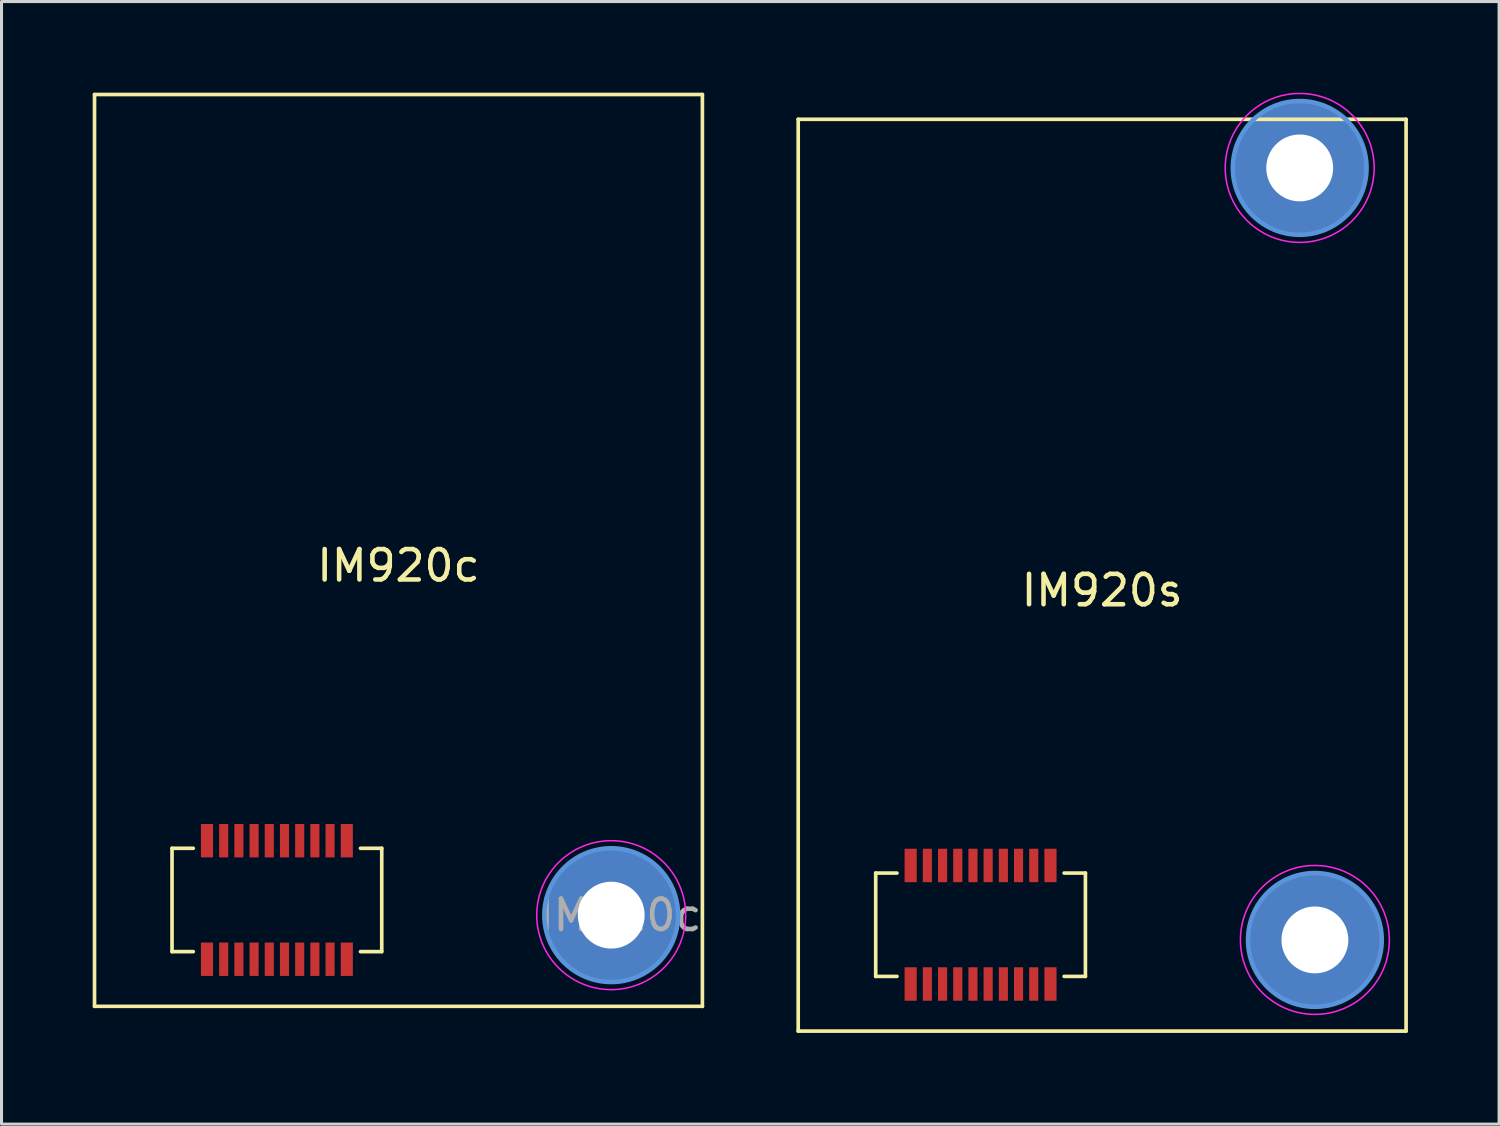
<source format=kicad_pcb>
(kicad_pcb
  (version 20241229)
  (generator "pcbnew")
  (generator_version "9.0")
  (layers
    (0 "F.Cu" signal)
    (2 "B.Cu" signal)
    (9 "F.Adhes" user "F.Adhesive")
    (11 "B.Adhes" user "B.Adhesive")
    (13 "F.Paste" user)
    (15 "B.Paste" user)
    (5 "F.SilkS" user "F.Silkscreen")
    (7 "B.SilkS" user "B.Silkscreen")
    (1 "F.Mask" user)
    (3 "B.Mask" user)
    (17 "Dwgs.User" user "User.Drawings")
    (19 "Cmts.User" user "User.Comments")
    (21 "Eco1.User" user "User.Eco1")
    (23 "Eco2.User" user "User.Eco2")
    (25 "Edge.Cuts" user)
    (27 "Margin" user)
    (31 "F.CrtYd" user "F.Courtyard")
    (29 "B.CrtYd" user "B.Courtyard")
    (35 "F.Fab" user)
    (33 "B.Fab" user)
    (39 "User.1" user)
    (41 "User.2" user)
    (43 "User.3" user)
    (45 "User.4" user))
  (footprint "IM920c"
    (layer "F.Cu")
    (at 10.06 15.06)
    (property "Reference" "IM920c" (at 0 0.5 0) (layer "F.SilkS") (effects (font (size 1 1) (thickness 0.15))))
    (attr through_hole)
    (fp_line (start -10 -15) (end 10 -15) (stroke (width 0.12) (type solid)) (layer "F.SilkS"))
    (fp_line (start -10 15) (end -10 -15) (stroke (width 0.12) (type solid)) (layer "F.SilkS"))
    (fp_line (start -7.45 9.8) (end -7.45 13.2) (stroke (width 0.12) (type solid)) (layer "F.SilkS"))
    (fp_line (start -7.45 13.2) (end -6.75 13.2) (stroke (width 0.12) (type solid)) (layer "F.SilkS"))
    (fp_line (start -6.75 9.8) (end -7.45 9.8) (stroke (width 0.12) (type solid)) (layer "F.SilkS"))
    (fp_line (start -1.25 13.2) (end -0.55 13.2) (stroke (width 0.12) (type solid)) (layer "F.SilkS"))
    (fp_line (start -0.55 9.8) (end -1.25 9.8) (stroke (width 0.12) (type solid)) (layer "F.SilkS"))
    (fp_line (start -0.55 13.2) (end -0.55 9.8) (stroke (width 0.12) (type solid)) (layer "F.SilkS"))
    (fp_line (start 10 -15) (end 10 15) (stroke (width 0.12) (type solid)) (layer "F.SilkS"))
    (fp_line (start 10 15) (end -10 15) (stroke (width 0.12) (type solid)) (layer "F.SilkS"))
    (fp_circle (center 7 12) (end 9.2 12) (stroke (width 0.15) (type solid)) (fill no) (layer "Cmts.User"))
    (fp_circle (center 7 12) (end 9.45 12) (stroke (width 0.05) (type solid)) (fill no) (layer "F.CrtYd"))
    (fp_text user "${REFERENCE}" (at 7.3 12 0) (layer "F.Fab") (effects (font (size 1 1) (thickness 0.15))))
    (pad "" thru_hole circle (at 7 12) (size 4.4 4.4) (drill 2.2) (layers "*.Cu" "*.Mask"))
    (pad "1" smd roundrect (at -1.7 13.45 180) (size 0.4 1.1) (layers "F.Cu" "F.Mask" "F.Paste") (roundrect_rratio 0.025))
    (pad "2" smd roundrect (at -1.7 9.55) (size 0.4 1.1) (layers "F.Cu" "F.Mask" "F.Paste") (roundrect_rratio 0.025))
    (pad "3" smd roundrect (at -2.25 13.45 180) (size 0.3 1.1) (layers "F.Cu" "F.Mask" "F.Paste") (roundrect_rratio 0.025))
    (pad "4" smd roundrect (at -2.25 9.55) (size 0.3 1.1) (layers "F.Cu" "F.Mask" "F.Paste") (roundrect_rratio 0.025))
    (pad "5" smd roundrect (at -2.75 13.45 180) (size 0.3 1.1) (layers "F.Cu" "F.Mask" "F.Paste") (roundrect_rratio 0.025))
    (pad "6" smd roundrect (at -2.75 9.55) (size 0.3 1.1) (layers "F.Cu" "F.Mask" "F.Paste") (roundrect_rratio 0.025))
    (pad "7" smd roundrect (at -3.25 13.45 180) (size 0.3 1.1) (layers "F.Cu" "F.Mask" "F.Paste") (roundrect_rratio 0.025))
    (pad "8" smd roundrect (at -3.25 9.55) (size 0.3 1.1) (layers "F.Cu" "F.Mask" "F.Paste") (roundrect_rratio 0.025))
    (pad "9" smd roundrect (at -3.75 13.45 180) (size 0.3 1.1) (layers "F.Cu" "F.Mask" "F.Paste") (roundrect_rratio 0.025))
    (pad "10" smd roundrect (at -3.75 9.55) (size 0.3 1.1) (layers "F.Cu" "F.Mask" "F.Paste") (roundrect_rratio 0.025))
    (pad "11" smd roundrect (at -4.25 13.45 180) (size 0.3 1.1) (layers "F.Cu" "F.Mask" "F.Paste") (roundrect_rratio 0.025))
    (pad "12" smd roundrect (at -4.25 9.55) (size 0.3 1.1) (layers "F.Cu" "F.Mask" "F.Paste") (roundrect_rratio 0.025))
    (pad "13" smd roundrect (at -4.75 13.45 180) (size 0.3 1.1) (layers "F.Cu" "F.Mask" "F.Paste") (roundrect_rratio 0.025))
    (pad "14" smd roundrect (at -4.75 9.55) (size 0.3 1.1) (layers "F.Cu" "F.Mask" "F.Paste") (roundrect_rratio 0.025))
    (pad "15" smd roundrect (at -5.25 13.45 180) (size 0.3 1.1) (layers "F.Cu" "F.Mask" "F.Paste") (roundrect_rratio 0.025))
    (pad "16" smd roundrect (at -5.25 9.55) (size 0.3 1.1) (layers "F.Cu" "F.Mask" "F.Paste") (roundrect_rratio 0.025))
    (pad "17" smd roundrect (at -5.75 13.45 180) (size 0.3 1.1) (layers "F.Cu" "F.Mask" "F.Paste") (roundrect_rratio 0.025))
    (pad "18" smd roundrect (at -5.75 9.55) (size 0.3 1.1) (layers "F.Cu" "F.Mask" "F.Paste") (roundrect_rratio 0.025))
    (pad "19" smd roundrect (at -6.3 13.45 180) (size 0.4 1.1) (layers "F.Cu" "F.Mask" "F.Paste") (roundrect_rratio 0.025))
    (pad "20" smd roundrect (at -6.3 9.55) (size 0.4 1.1) (layers "F.Cu" "F.Mask" "F.Paste") (roundrect_rratio 0.025)))
  (footprint "IM920s"
    (layer "F.Cu")
    (at 33.212 15.875)
    (property "Reference" "IM920s" (at 0 0.5 0) (layer "F.SilkS") (effects (font (size 1 1) (thickness 0.15))))
    (attr through_hole)
    (fp_line (start -10 -15) (end 10 -15) (stroke (width 0.12) (type solid)) (layer "F.SilkS"))
    (fp_line (start -10 15) (end -10 -15) (stroke (width 0.12) (type solid)) (layer "F.SilkS"))
    (fp_line (start -7.45 9.8) (end -7.45 13.2) (stroke (width 0.12) (type solid)) (layer "F.SilkS"))
    (fp_line (start -7.45 13.2) (end -6.75 13.2) (stroke (width 0.12) (type solid)) (layer "F.SilkS"))
    (fp_line (start -6.75 9.8) (end -7.45 9.8) (stroke (width 0.12) (type solid)) (layer "F.SilkS"))
    (fp_line (start -1.25 13.2) (end -0.55 13.2) (stroke (width 0.12) (type solid)) (layer "F.SilkS"))
    (fp_line (start -0.55 9.8) (end -1.25 9.8) (stroke (width 0.12) (type solid)) (layer "F.SilkS"))
    (fp_line (start -0.55 13.2) (end -0.55 9.8) (stroke (width 0.12) (type solid)) (layer "F.SilkS"))
    (fp_line (start 10 -15) (end 10 15) (stroke (width 0.12) (type solid)) (layer "F.SilkS"))
    (fp_line (start 10 15) (end -10 15) (stroke (width 0.12) (type solid)) (layer "F.SilkS"))
    (fp_circle (center 6.5 -13.4) (end 8.7 -13.4) (stroke (width 0.15) (type solid)) (fill no) (layer "Cmts.User"))
    (fp_circle (center 7 12) (end 9.2 12) (stroke (width 0.15) (type solid)) (fill no) (layer "Cmts.User"))
    (fp_circle (center 6.5 -13.4) (end 8.95 -13.4) (stroke (width 0.05) (type solid)) (fill no) (layer "F.CrtYd"))
    (fp_circle (center 7 12) (end 9.45 12) (stroke (width 0.05) (type solid)) (fill no) (layer "F.CrtYd"))
    (pad "1" smd roundrect (at -1.7 13.45 180) (size 0.4 1.1) (layers "F.Cu" "F.Mask" "F.Paste") (roundrect_rratio 0.025))
    (pad "2" smd roundrect (at -1.7 9.55) (size 0.4 1.1) (layers "F.Cu" "F.Mask" "F.Paste") (roundrect_rratio 0.025))
    (pad "3" smd roundrect (at -2.25 13.45 180) (size 0.3 1.1) (layers "F.Cu" "F.Mask" "F.Paste") (roundrect_rratio 0.025))
    (pad "4" smd roundrect (at -2.25 9.55) (size 0.3 1.1) (layers "F.Cu" "F.Mask" "F.Paste") (roundrect_rratio 0.025))
    (pad "5" smd roundrect (at -2.75 13.45 180) (size 0.3 1.1) (layers "F.Cu" "F.Mask" "F.Paste") (roundrect_rratio 0.025))
    (pad "6" smd roundrect (at -2.75 9.55) (size 0.3 1.1) (layers "F.Cu" "F.Mask" "F.Paste") (roundrect_rratio 0.025))
    (pad "7" smd roundrect (at -3.25 13.45 180) (size 0.3 1.1) (layers "F.Cu" "F.Mask" "F.Paste") (roundrect_rratio 0.025))
    (pad "8" smd roundrect (at -3.25 9.55) (size 0.3 1.1) (layers "F.Cu" "F.Mask" "F.Paste") (roundrect_rratio 0.025))
    (pad "9" smd roundrect (at -3.75 13.45 180) (size 0.3 1.1) (layers "F.Cu" "F.Mask" "F.Paste") (roundrect_rratio 0.025))
    (pad "10" smd roundrect (at -3.75 9.55) (size 0.3 1.1) (layers "F.Cu" "F.Mask" "F.Paste") (roundrect_rratio 0.025))
    (pad "11" smd roundrect (at -4.25 13.45 180) (size 0.3 1.1) (layers "F.Cu" "F.Mask" "F.Paste") (roundrect_rratio 0.025))
    (pad "12" smd roundrect (at -4.25 9.55) (size 0.3 1.1) (layers "F.Cu" "F.Mask" "F.Paste") (roundrect_rratio 0.025))
    (pad "13" smd roundrect (at -4.75 13.45 180) (size 0.3 1.1) (layers "F.Cu" "F.Mask" "F.Paste") (roundrect_rratio 0.025))
    (pad "14" smd roundrect (at -4.75 9.55) (size 0.3 1.1) (layers "F.Cu" "F.Mask" "F.Paste") (roundrect_rratio 0.025))
    (pad "15" smd roundrect (at -5.25 13.45 180) (size 0.3 1.1) (layers "F.Cu" "F.Mask" "F.Paste") (roundrect_rratio 0.025))
    (pad "16" smd roundrect (at -5.25 9.55) (size 0.3 1.1) (layers "F.Cu" "F.Mask" "F.Paste") (roundrect_rratio 0.025))
    (pad "17" smd roundrect (at -5.75 13.45 180) (size 0.3 1.1) (layers "F.Cu" "F.Mask" "F.Paste") (roundrect_rratio 0.025))
    (pad "18" smd roundrect (at -5.75 9.55) (size 0.3 1.1) (layers "F.Cu" "F.Mask" "F.Paste") (roundrect_rratio 0.025))
    (pad "18" thru_hole circle (at 6.5 -13.4) (size 4.4 4.4) (drill 2.2) (layers "*.Cu" "*.Mask"))
    (pad "18" thru_hole circle (at 7 12) (size 4.4 4.4) (drill 2.2) (layers "*.Cu" "*.Mask"))
    (pad "19" smd roundrect (at -6.3 13.45 180) (size 0.4 1.1) (layers "F.Cu" "F.Mask" "F.Paste") (roundrect_rratio 0.025))
    (pad "20" smd roundrect (at -6.3 9.55) (size 0.4 1.1) (layers "F.Cu" "F.Mask" "F.Paste") (roundrect_rratio 0.025)))
  (gr_rect
    (start -3 -3)
    (end 46.272 33.935)
    (stroke (width 0.1) (type default))
    (fill no)
    (layer "Edge.Cuts")))
</source>
